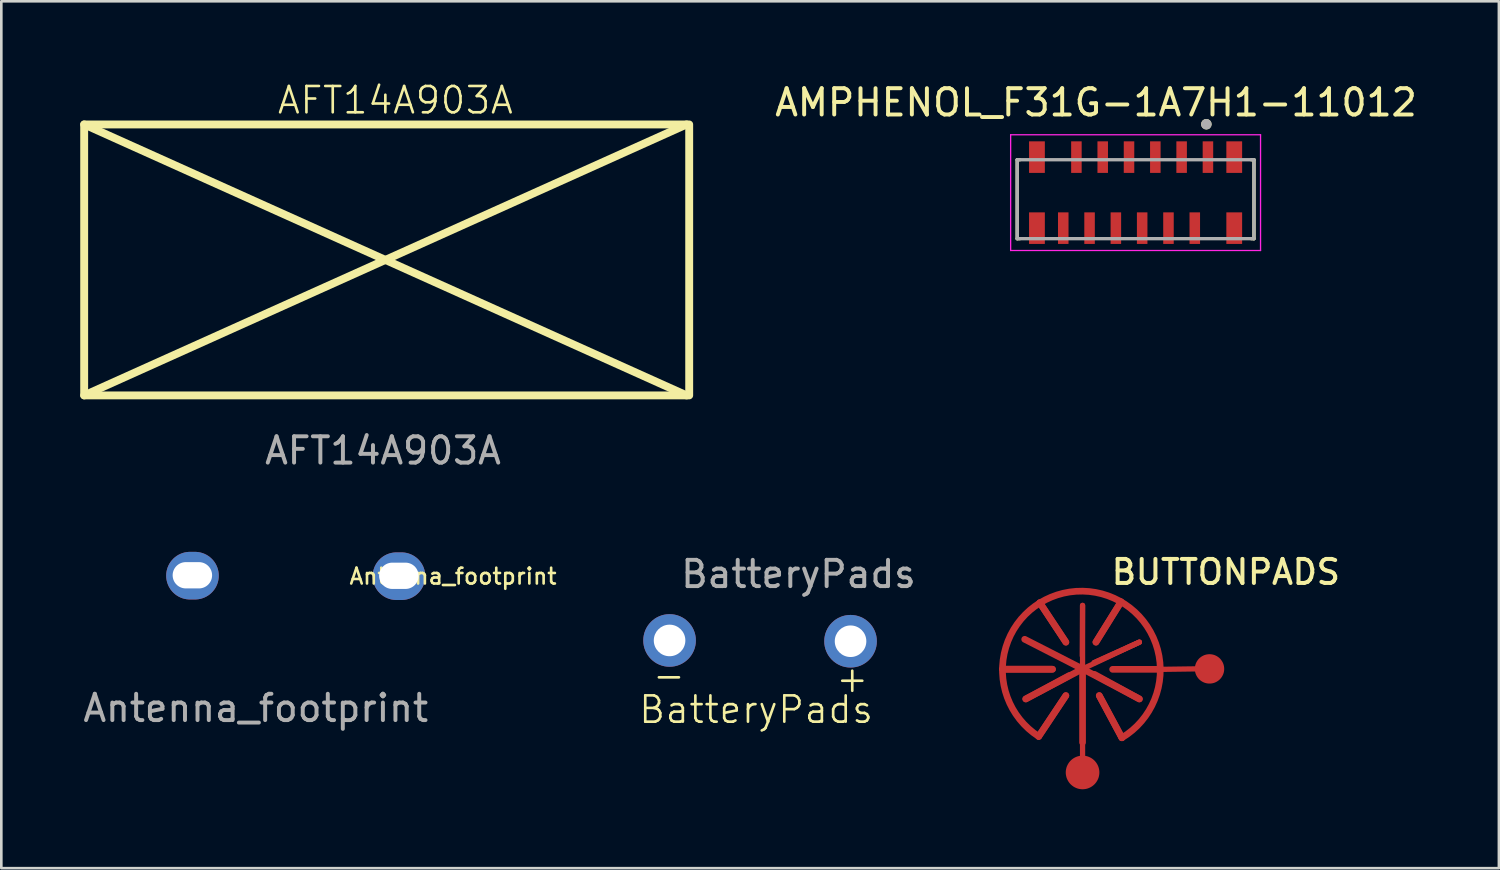
<source format=kicad_pcb>
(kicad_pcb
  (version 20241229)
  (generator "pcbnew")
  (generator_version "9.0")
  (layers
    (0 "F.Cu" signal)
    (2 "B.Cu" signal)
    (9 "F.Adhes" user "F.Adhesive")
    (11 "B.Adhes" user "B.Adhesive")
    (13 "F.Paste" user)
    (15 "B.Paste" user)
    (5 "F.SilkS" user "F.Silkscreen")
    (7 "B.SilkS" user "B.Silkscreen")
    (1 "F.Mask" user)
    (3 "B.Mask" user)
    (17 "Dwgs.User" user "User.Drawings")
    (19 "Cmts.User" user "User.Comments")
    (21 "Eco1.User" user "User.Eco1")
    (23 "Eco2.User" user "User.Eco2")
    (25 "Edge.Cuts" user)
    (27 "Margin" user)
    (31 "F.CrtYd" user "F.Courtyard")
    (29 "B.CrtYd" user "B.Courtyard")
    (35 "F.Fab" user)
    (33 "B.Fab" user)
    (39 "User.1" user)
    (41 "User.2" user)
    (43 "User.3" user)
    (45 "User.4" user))
  (footprint "BatteryPads"
    (layer "F.Cu")
    (at 25.644 21.317)
    (property "Reference" "BatteryPads" (at 0.05 2.61 0) (unlocked yes) (layer "F.SilkS") (effects (font (size 1 1) (thickness 0.1))))
    (attr through_hole)
    (fp_text user "-" (at -3.95 1.89 0) (unlocked yes) (layer "F.SilkS") (effects (font (size 1 1) (thickness 0.1)) (justify left bottom)))
    (fp_text user "+" (at 3.02 2.02 0) (unlocked yes) (layer "F.SilkS") (effects (font (size 1 1) (thickness 0.1)) (justify left bottom)))
    (fp_text user "${REFERENCE}" (at 1.66 -2.54 0) (unlocked yes) (layer "F.Fab") (effects (font (size 1 1) (thickness 0.15))))
    (pad "1" thru_hole circle (at 3.64 0.01) (size 2 2) (drill 1.2) (layers "*.Cu" "*.Mask"))
    (pad "2" thru_hole circle (at -3.24 -0.02) (size 2 2) (drill 1.2) (layers "*.Cu" "*.Mask")))
  (footprint "BUTTONPADS"
    (layer "F.Cu")
    (at 38.104 22.378)
    (property "Reference" "BUTTONPADS" (at 1.016 -4.216 0) (layer "F.SilkS") (effects (font (size 0.914 0.914) (thickness 0.152)) (justify left top)))
    (fp_line (start -3.045 0.013) (end -1.143 0.013) (stroke (width 0.254) (type default)) (layer "F.Cu"))
    (fp_line (start -2.159 1.143) (end -0.508 0.254) (stroke (width 0.254) (type default)) (layer "F.Cu"))
    (fp_line (start -1.668 2.567) (end -0.635 1.016) (stroke (width 0.254) (type default)) (layer "F.Cu"))
    (fp_line (start -1.626 -2.515) (end -0.635 -1.016) (stroke (width 0.254) (type default)) (layer "F.Cu"))
    (fp_line (start -1.143 0.013) (end -3.045 0.013) (stroke (width 0.254) (type default)) (layer "F.Cu"))
    (fp_line (start -0.635 -1.016) (end -1.626 -2.515) (stroke (width 0.254) (type default)) (layer "F.Cu"))
    (fp_line (start -0.635 1.016) (end -1.668 2.567) (stroke (width 0.254) (type default)) (layer "F.Cu"))
    (fp_line (start -0.011 -0.5) (end 0 -2.413) (stroke (width 0.2) (type default)) (layer "F.Cu"))
    (fp_line (start 0 -2.413) (end 0 0) (stroke (width 0.2) (type default)) (layer "F.Cu"))
    (fp_line (start 0 0) (end -2.2 -1.125) (stroke (width 0.254) (type default)) (layer "F.Cu"))
    (fp_line (start 0 0) (end -2.159 1.143) (stroke (width 0.254) (type default)) (layer "F.Cu"))
    (fp_line (start 0 0) (end 0 2.794) (stroke (width 0.254) (type default)) (layer "F.Cu"))
    (fp_line (start 0 0) (end 2.159 -1.016) (stroke (width 0.2) (type default)) (layer "F.Cu"))
    (fp_line (start 0 2.794) (end 0 3.3) (stroke (width 0.2) (type default)) (layer "F.Cu"))
    (fp_line (start 0.44 -0.238) (end 2.159 -1.016) (stroke (width 0.2) (type default)) (layer "F.Cu"))
    (fp_line (start 0.454 0.209) (end 2.159 1.143) (stroke (width 0.254) (type default)) (layer "F.Cu"))
    (fp_line (start 0.508 -1.016) (end 1.461 -2.55) (stroke (width 0.254) (type default)) (layer "F.Cu"))
    (fp_line (start 0.635 1.016) (end 1.495 2.619) (stroke (width 0.254) (type default)) (layer "F.Cu"))
    (fp_line (start 1.461 -2.55) (end 0.508 -1.016) (stroke (width 0.254) (type default)) (layer "F.Cu"))
    (fp_line (start 1.495 2.619) (end 0.635 1.016) (stroke (width 0.254) (type default)) (layer "F.Cu"))
    (fp_line (start 2.159 -1.016) (end 0.44 -0.238) (stroke (width 0.2) (type default)) (layer "F.Cu"))
    (fp_line (start 2.159 1.143) (end 0 0) (stroke (width 0.254) (type default)) (layer "F.Cu"))
    (fp_line (start 2.954 0.018) (end 4.268 0) (stroke (width 0.2) (type default)) (layer "F.Cu"))
    (fp_line (start 2.955 0.017) (end 1.143 0.017) (stroke (width 0.254) (type default)) (layer "F.Cu"))
    (fp_arc (start -1.6684 2.5671) (mid 0.00364 -2.95537) (end 1.495 2.6186) (stroke (width 0.254) (type default)) (layer "F.Cu"))
    (fp_line (start -3.045 0.013) (end -1.143 0.013) (stroke (width 0.356) (type default)) (layer "F.Mask"))
    (fp_line (start -2.159 1.143) (end -0.508 0.254) (stroke (width 0.356) (type default)) (layer "F.Mask"))
    (fp_line (start -1.668 2.567) (end -0.635 1.016) (stroke (width 0.356) (type default)) (layer "F.Mask"))
    (fp_line (start -1.626 -2.515) (end -0.635 -1.016) (stroke (width 0.356) (type default)) (layer "F.Mask"))
    (fp_line (start -1.143 0.013) (end -3.045 0.013) (stroke (width 0.356) (type default)) (layer "F.Mask"))
    (fp_line (start -0.635 -1.016) (end -1.626 -2.515) (stroke (width 0.356) (type default)) (layer "F.Mask"))
    (fp_line (start -0.635 1.016) (end -1.668 2.567) (stroke (width 0.356) (type default)) (layer "F.Mask"))
    (fp_line (start -0.011 -0.5) (end 0 -2.413) (stroke (width 0.302) (type default)) (layer "F.Mask"))
    (fp_line (start 0 -2.413) (end 0 0) (stroke (width 0.302) (type default)) (layer "F.Mask"))
    (fp_line (start 0 0) (end -2.2 -1.125) (stroke (width 0.356) (type default)) (layer "F.Mask"))
    (fp_line (start 0 0) (end -2.159 1.143) (stroke (width 0.356) (type default)) (layer "F.Mask"))
    (fp_line (start 0 0) (end 0 2.794) (stroke (width 0.356) (type default)) (layer "F.Mask"))
    (fp_line (start 0 0) (end 2.159 -1.016) (stroke (width 0.302) (type default)) (layer "F.Mask"))
    (fp_line (start 0.44 -0.238) (end 2.159 -1.016) (stroke (width 0.302) (type default)) (layer "F.Mask"))
    (fp_line (start 0.454 0.209) (end 2.159 1.143) (stroke (width 0.356) (type default)) (layer "F.Mask"))
    (fp_line (start 0.508 -1.016) (end 1.461 -2.55) (stroke (width 0.356) (type default)) (layer "F.Mask"))
    (fp_line (start 0.635 1.016) (end 1.495 2.619) (stroke (width 0.356) (type default)) (layer "F.Mask"))
    (fp_line (start 1.461 -2.55) (end 0.508 -1.016) (stroke (width 0.356) (type default)) (layer "F.Mask"))
    (fp_line (start 1.495 2.619) (end 0.635 1.016) (stroke (width 0.356) (type default)) (layer "F.Mask"))
    (fp_line (start 2.159 -1.016) (end 0.44 -0.238) (stroke (width 0.302) (type default)) (layer "F.Mask"))
    (fp_line (start 2.159 1.143) (end 0 0) (stroke (width 0.356) (type default)) (layer "F.Mask"))
    (fp_line (start 2.955 0.017) (end 1.143 0.017) (stroke (width 0.356) (type default)) (layer "F.Mask"))
    (fp_arc (start -1.6684 2.5671) (mid 0.00364 -2.95537) (end 1.495 2.6186) (stroke (width 0.3556) (type default)) (layer "F.Mask"))
    (pad "1" smd custom (at 0 3.937) (size 0.000001 0.000001) (layers "F.Cu" "F.Mask" "F.Paste") (options (anchor circle)) (primitives (gr_poly (pts (xy 0.055 -0.636) (xy 0.018 -0.639) (xy -0.018 -0.639) (xy -0.055 -0.636) (xy -0.091 -0.632) (xy -0.127 -0.626) (xy -0.162 -0.618) (xy -0.197 -0.608) (xy -0.232 -0.595) (xy -0.265 -0.581) (xy -0.298 -0.565) (xy -0.33 -0.547) (xy -0.361 -0.527) (xy -0.39 -0.506) (xy -0.418 -0.483) (xy -0.445 -0.458) (xy -0.471 -0.432) (xy -0.494 -0.404) (xy -0.517 -0.376) (xy -0.537 -0.345) (xy -0.556 -0.314) (xy -0.573 -0.282) (xy -0.588 -0.249) (xy -0.602 -0.215) (xy -0.613 -0.18) (xy -0.622 -0.145) (xy -0.629 -0.109) (xy -0.635 -0.073) (xy -0.638 -0.036) (xy -0.639 0) (xy -0.638 0.036) (xy -0.635 0.073) (xy -0.629 0.109) (xy -0.622 0.145) (xy -0.613 0.18) (xy -0.602 0.215) (xy -0.588 0.249) (xy -0.573 0.282) (xy -0.556 0.314) (xy -0.537 0.345) (xy -0.517 0.376) (xy -0.494 0.404) (xy -0.471 0.432) (xy -0.445 0.458) (xy -0.418 0.483) (xy -0.39 0.506) (xy -0.361 0.527) (xy -0.33 0.547) (xy -0.298 0.565) (xy -0.265 0.581) (xy -0.232 0.595) (xy -0.197 0.608) (xy -0.162 0.618) (xy -0.127 0.626) (xy -0.091 0.632) (xy -0.055 0.636) (xy -0.018 0.639) (xy 0.018 0.639) (xy 0.055 0.636) (xy 0.091 0.632) (xy 0.127 0.626) (xy 0.162 0.618) (xy 0.197 0.608) (xy 0.232 0.595) (xy 0.265 0.581) (xy 0.298 0.565) (xy 0.33 0.547) (xy 0.361 0.527) (xy 0.39 0.506) (xy 0.418 0.483) (xy 0.445 0.458) (xy 0.471 0.432) (xy 0.494 0.404) (xy 0.517 0.376) (xy 0.537 0.345) (xy 0.556 0.314) (xy 0.573 0.282) (xy 0.588 0.249) (xy 0.602 0.215) (xy 0.613 0.18) (xy 0.622 0.145) (xy 0.629 0.109) (xy 0.635 0.073) (xy 0.638 0.036) (xy 0.639 0) (xy 0.638 -0.036) (xy 0.635 -0.073) (xy 0.629 -0.109) (xy 0.622 -0.145) (xy 0.613 -0.18) (xy 0.602 -0.215) (xy 0.588 -0.249) (xy 0.573 -0.282) (xy 0.556 -0.314) (xy 0.537 -0.345) (xy 0.517 -0.376) (xy 0.494 -0.404) (xy 0.471 -0.432) (xy 0.445 -0.458) (xy 0.418 -0.483) (xy 0.39 -0.506) (xy 0.361 -0.527) (xy 0.33 -0.547) (xy 0.298 -0.565) (xy 0.265 -0.581) (xy 0.232 -0.595) (xy 0.197 -0.608) (xy 0.162 -0.618) (xy 0.127 -0.626) (xy 0.091 -0.632)) (width 0) (fill yes))))
    (pad "2" smd custom (at 4.826 0) (size 0.000001 0.000001) (layers "F.Cu" "F.Mask" "F.Paste") (options (anchor circle)) (primitives (gr_poly (pts (xy -0.558 0) (xy -0.557 -0.034) (xy -0.554 -0.067) (xy -0.549 -0.101) (xy -0.542 -0.134) (xy -0.533 -0.166) (xy -0.522 -0.198) (xy -0.509 -0.229) (xy -0.494 -0.259) (xy -0.477 -0.289) (xy -0.459 -0.317) (xy -0.439 -0.344) (xy -0.418 -0.37) (xy -0.395 -0.395) (xy -0.37 -0.418) (xy -0.344 -0.439) (xy -0.317 -0.459) (xy -0.289 -0.477) (xy -0.259 -0.494) (xy -0.229 -0.509) (xy -0.198 -0.522) (xy -0.166 -0.533) (xy -0.134 -0.542) (xy -0.101 -0.549) (xy -0.067 -0.554) (xy -0.034 -0.557) (xy 0 -0.558) (xy 0.034 -0.557) (xy 0.067 -0.554) (xy 0.101 -0.549) (xy 0.134 -0.542) (xy 0.166 -0.533) (xy 0.198 -0.522) (xy 0.229 -0.509) (xy 0.259 -0.494) (xy 0.289 -0.477) (xy 0.317 -0.459) (xy 0.344 -0.439) (xy 0.37 -0.418) (xy 0.395 -0.395) (xy 0.418 -0.37) (xy 0.439 -0.344) (xy 0.459 -0.317) (xy 0.477 -0.289) (xy 0.494 -0.259) (xy 0.509 -0.229) (xy 0.522 -0.198) (xy 0.533 -0.166) (xy 0.542 -0.134) (xy 0.549 -0.101) (xy 0.554 -0.067) (xy 0.557 -0.034) (xy 0.558 0) (xy 0.557 0.034) (xy 0.554 0.067) (xy 0.549 0.101) (xy 0.542 0.134) (xy 0.533 0.166) (xy 0.522 0.198) (xy 0.509 0.229) (xy 0.494 0.259) (xy 0.477 0.289) (xy 0.459 0.317) (xy 0.439 0.344) (xy 0.418 0.37) (xy 0.395 0.395) (xy 0.37 0.418) (xy 0.344 0.439) (xy 0.317 0.459) (xy 0.289 0.477) (xy 0.259 0.494) (xy 0.229 0.509) (xy 0.198 0.522) (xy 0.166 0.533) (xy 0.134 0.542) (xy 0.101 0.549) (xy 0.067 0.554) (xy 0.034 0.557) (xy 0 0.558) (xy -0.034 0.557) (xy -0.067 0.554) (xy -0.101 0.549) (xy -0.134 0.542) (xy -0.166 0.533) (xy -0.198 0.522) (xy -0.229 0.509) (xy -0.259 0.494) (xy -0.289 0.477) (xy -0.317 0.459) (xy -0.344 0.439) (xy -0.37 0.418) (xy -0.395 0.395) (xy -0.418 0.37) (xy -0.439 0.344) (xy -0.459 0.317) (xy -0.477 0.289) (xy -0.494 0.259) (xy -0.509 0.229) (xy -0.522 0.198) (xy -0.533 0.166) (xy -0.542 0.134) (xy -0.549 0.101) (xy -0.554 0.067) (xy -0.557 0.034)) (width 0) (fill yes))))
    (zone (net_name "") (layer "F.Cu") (hatch edge 0.5) (priority 100) (connect_pads yes) (min_thickness 0) (filled_areas_thickness no) (fill yes) (polygon (pts (arc (start 37.503928 22.378322) (mid 38.103928 21.778322) (end 38.703928 22.378322)) (arc (start 38.703928 22.378322) (mid 38.103928 22.978322) (end 37.503928 22.378322)))) (filled_polygon (layer "F.Cu") (island) (pts (arc (start 37.503928 22.378322) (mid 38.103928 21.778322) (end 38.703928 22.378322)) (arc (start 38.703928 22.378322) (mid 38.103928 22.978322) (end 37.503928 22.378322)))))
    (zone (net_name "") (layer "F.Cu") (hatch edge 0.5) (priority 100) (connect_pads yes) (min_thickness 0) (filled_areas_thickness no) (fill yes) (polygon (pts (arc (start 37.465128 26.315322) (mid 38.103928 25.676522) (end 38.742728 26.315322)) (arc (start 38.742728 26.315322) (mid 38.103928 26.954122) (end 37.465128 26.315322)))) (filled_polygon (layer "F.Cu") (island) (pts (arc (start 37.465128 26.315322) (mid 38.103928 25.676522) (end 38.742728 26.315322)) (arc (start 38.742728 26.315322) (mid 38.103928 26.954122) (end 37.465128 26.315322)))))
    (zone (net_name "") (layer "F.Mask") (hatch edge 0.5) (priority 100) (connect_pads yes) (min_thickness 0) (filled_areas_thickness no) (fill yes) (polygon (pts (arc (start 42.372028 22.378322) (mid 42.929928 21.820422) (end 43.487828 22.378322)) (arc (start 43.487828 22.378322) (mid 42.929928 22.936222) (end 42.372028 22.378322)))) (filled_polygon (layer "F.Mask") (island) (pts (arc (start 42.372028 22.378322) (mid 42.929928 21.820422) (end 43.487828 22.378322)) (arc (start 43.487828 22.378322) (mid 42.929928 22.936222) (end 42.372028 22.378322)))))
    (zone (net_name "") (layer "F.Mask") (hatch edge 0.5) (priority 100) (connect_pads yes) (min_thickness 0) (filled_areas_thickness no) (fill yes) (polygon (pts (arc (start 42.372028 22.378322) (mid 42.929928 21.820422) (end 43.487828 22.378322)) (arc (start 43.487828 22.378322) (mid 42.929928 22.936222) (end 42.372028 22.378322)))) (filled_polygon (layer "F.Mask") (island) (pts (arc (start 42.372028 22.378322) (mid 42.929928 21.820422) (end 43.487828 22.378322)) (arc (start 43.487828 22.378322) (mid 42.929928 22.936222) (end 42.372028 22.378322)))))
    (zone (net_name "") (layer "F.Mask") (hatch edge 0.5) (priority 100) (connect_pads yes) (min_thickness 0) (filled_areas_thickness no) (fill yes) (polygon (pts (arc (start 37.503928 22.378322) (mid 38.103928 21.778322) (end 38.703928 22.378322)) (arc (start 38.703928 22.378322) (mid 38.103928 22.978322) (end 37.503928 22.378322)))) (filled_polygon (layer "F.Mask") (island) (pts (arc (start 37.503928 22.378322) (mid 38.103928 21.778322) (end 38.703928 22.378322)) (arc (start 38.703928 22.378322) (mid 38.103928 22.978322) (end 37.503928 22.378322)))))
    (zone (net_name "") (layer "F.Mask") (hatch edge 0.5) (priority 100) (connect_pads yes) (min_thickness 0) (filled_areas_thickness no) (fill yes) (polygon (pts (arc (start 37.503928 22.378322) (mid 38.103928 21.778322) (end 38.703928 22.378322)) (arc (start 38.703928 22.378322) (mid 38.103928 22.978322) (end 37.503928 22.378322)))) (filled_polygon (layer "F.Mask") (island) (pts (arc (start 37.503928 22.378322) (mid 38.103928 21.778322) (end 38.703928 22.378322)) (arc (start 38.703928 22.378322) (mid 38.103928 22.978322) (end 37.503928 22.378322)))))
    (zone (net_name "") (layer "F.Mask") (hatch edge 0.5) (priority 100) (connect_pads yes) (min_thickness 0) (filled_areas_thickness no) (fill yes) (polygon (pts (arc (start 37.465128 26.315322) (mid 38.103928 25.676522) (end 38.742728 26.315322)) (arc (start 38.742728 26.315322) (mid 38.103928 26.954122) (end 37.465128 26.315322)))) (filled_polygon (layer "F.Mask") (island) (pts (arc (start 37.465128 26.315322) (mid 38.103928 25.676522) (end 38.742728 26.315322)) (arc (start 38.742728 26.315322) (mid 38.103928 26.954122) (end 37.465128 26.315322)))))
    (zone (net_name "") (layer "F.Mask") (hatch edge 0.5) (priority 100) (connect_pads yes) (min_thickness 0) (filled_areas_thickness no) (fill yes) (polygon (pts (arc (start 37.465128 26.315322) (mid 38.103928 25.676522) (end 38.742728 26.315322)) (arc (start 38.742728 26.315322) (mid 38.103928 26.954122) (end 37.465128 26.315322)))) (filled_polygon (layer "F.Mask") (island) (pts (arc (start 37.465128 26.315322) (mid 38.103928 25.676522) (end 38.742728 26.315322)) (arc (start 38.742728 26.315322) (mid 38.103928 26.954122) (end 37.465128 26.315322))))))
  (footprint "AFT14A903A"
    (layer "F.Cu")
    (at 11.43 6.611)
    (property "Reference" "AFT14A903A" (at 0.55 -5.85 0) (unlocked yes) (layer "F.SilkS") (effects (font (size 1 1) (thickness 0.1))))
    (attr smd)
    (fp_line (start -11.28 -4.93) (end 11.62 5.37) (stroke (width 0.3) (type default)) (layer "F.SilkS"))
    (fp_line (start 11.62 -4.93) (end -11.28 5.37) (stroke (width 0.3) (type default)) (layer "F.SilkS"))
    (fp_rect (start -11.28 -4.93) (end 11.72 5.37) (stroke (width 0.3) (type default)) (fill no) (layer "F.SilkS"))
    (fp_text user "${REFERENCE}" (at 0.08 7.47 0) (unlocked yes) (layer "F.Fab") (effects (font (size 1 1) (thickness 0.15)))))
  (footprint "Antenna_footprint"
    (layer "F.Cu")
    (at 6.303 18.809)
    (property "Reference" "Antenna_footprint" (at 7.87 0.05 0) (unlocked yes) (layer "F.SilkS") (effects (font (size 0.6 0.6) (thickness 0.1))))
    (attr through_hole)
    (fp_text user "${REFERENCE}" (at 0.37 5.06 0) (unlocked yes) (layer "F.Fab") (effects (font (size 1 1) (thickness 0.15))))
    (pad "1" thru_hole oval (at 5.81 0.03) (size 2 1.81) (drill oval 1.5 1 (offset 0.004 0.015)) (layers "*.Cu" "*.Mask"))
    (pad "2" thru_hole oval (at -2.04 0.01) (size 2 1.81) (drill oval 1.5 1 (offset 0.004 0.015)) (layers "*.Cu" "*.Mask")))
  (footprint "AMPHENOL_F31G-1A7H1-11012"
    (layer "F.Cu")
    (at 40.12 4.273)
    (property "Reference" "AMPHENOL_F31G-1A7H1-11012" (at -1.505 -3.425 0) (layer "F.SilkS") (effects (font (size 1 1) (thickness 0.15))))
    (attr smd)
    (fp_line (start -4.5 1.75) (end -4.5 -1.25) (stroke (width 0.127) (type solid)) (layer "F.SilkS"))
    (fp_line (start -4.4 -1.25) (end -4.5 -1.25) (stroke (width 0.127) (type solid)) (layer "F.SilkS"))
    (fp_line (start -4.4 1.75) (end -4.5 1.75) (stroke (width 0.127) (type solid)) (layer "F.SilkS"))
    (fp_line (start 4.4 -1.25) (end 4.5 -1.25) (stroke (width 0.127) (type solid)) (layer "F.SilkS"))
    (fp_line (start 4.4 1.75) (end 4.5 1.75) (stroke (width 0.127) (type solid)) (layer "F.SilkS"))
    (fp_line (start 4.5 -1.25) (end 4.5 1.75) (stroke (width 0.127) (type solid)) (layer "F.SilkS"))
    (fp_circle (center 2.69 -2.6) (end 2.79 -2.6) (stroke (width 0.2) (type solid)) (fill no) (layer "F.SilkS"))
    (fp_line (start -4.75 -2.2) (end -4.75 2.2) (stroke (width 0.05) (type solid)) (layer "F.CrtYd"))
    (fp_line (start -4.75 2.2) (end 4.75 2.2) (stroke (width 0.05) (type solid)) (layer "F.CrtYd"))
    (fp_line (start 4.75 -2.2) (end -4.75 -2.2) (stroke (width 0.05) (type solid)) (layer "F.CrtYd"))
    (fp_line (start 4.75 2.2) (end 4.75 -2.2) (stroke (width 0.05) (type solid)) (layer "F.CrtYd"))
    (fp_line (start -4.5 -1.25) (end 4.5 -1.25) (stroke (width 0.127) (type solid)) (layer "F.Fab"))
    (fp_line (start -4.5 1.75) (end -4.5 -1.25) (stroke (width 0.127) (type solid)) (layer "F.Fab"))
    (fp_line (start 4.5 -1.25) (end 4.5 1.75) (stroke (width 0.127) (type solid)) (layer "F.Fab"))
    (fp_line (start 4.5 1.75) (end -4.5 1.75) (stroke (width 0.127) (type solid)) (layer "F.Fab"))
    (fp_circle (center 2.69 -2.6) (end 2.79 -2.6) (stroke (width 0.2) (type solid)) (fill no) (layer "F.Fab"))
    (pad "1" smd rect (at 2.75 -1.35) (size 0.4 1.2) (layers "F.Cu" "F.Mask" "F.Paste"))
    (pad "2" smd rect (at 2.25 1.35) (size 0.4 1.2) (layers "F.Cu" "F.Mask" "F.Paste"))
    (pad "3" smd rect (at 1.75 -1.35) (size 0.4 1.2) (layers "F.Cu" "F.Mask" "F.Paste"))
    (pad "4" smd rect (at 1.25 1.35) (size 0.4 1.2) (layers "F.Cu" "F.Mask" "F.Paste"))
    (pad "5" smd rect (at 0.75 -1.35) (size 0.4 1.2) (layers "F.Cu" "F.Mask" "F.Paste"))
    (pad "6" smd rect (at 0.25 1.35) (size 0.4 1.2) (layers "F.Cu" "F.Mask" "F.Paste"))
    (pad "7" smd rect (at -0.25 -1.35) (size 0.4 1.2) (layers "F.Cu" "F.Mask" "F.Paste"))
    (pad "8" smd rect (at -0.75 1.35) (size 0.4 1.2) (layers "F.Cu" "F.Mask" "F.Paste"))
    (pad "9" smd rect (at -1.25 -1.35) (size 0.4 1.2) (layers "F.Cu" "F.Mask" "F.Paste"))
    (pad "10" smd rect (at -1.75 1.35) (size 0.4 1.2) (layers "F.Cu" "F.Mask" "F.Paste"))
    (pad "11" smd rect (at -2.25 -1.35) (size 0.4 1.2) (layers "F.Cu" "F.Mask" "F.Paste"))
    (pad "12" smd rect (at -2.75 1.35) (size 0.4 1.2) (layers "F.Cu" "F.Mask" "F.Paste"))
    (pad "S1" smd rect (at -3.75 -1.35) (size 0.6 1.2) (layers "F.Cu" "F.Mask" "F.Paste"))
    (pad "S2" smd rect (at 3.75 -1.35) (size 0.6 1.2) (layers "F.Cu" "F.Mask" "F.Paste"))
    (pad "S3" smd rect (at -3.75 1.35) (size 0.6 1.2) (layers "F.Cu" "F.Mask" "F.Paste"))
    (pad "S4" smd rect (at 3.75 1.35) (size 0.6 1.2) (layers "F.Cu" "F.Mask" "F.Paste")))
  (gr_rect
    (start -3 -3)
    (end 53.931 29.954)
    (stroke (width 0.1) (type default))
    (fill no)
    (layer "Edge.Cuts")))
</source>
